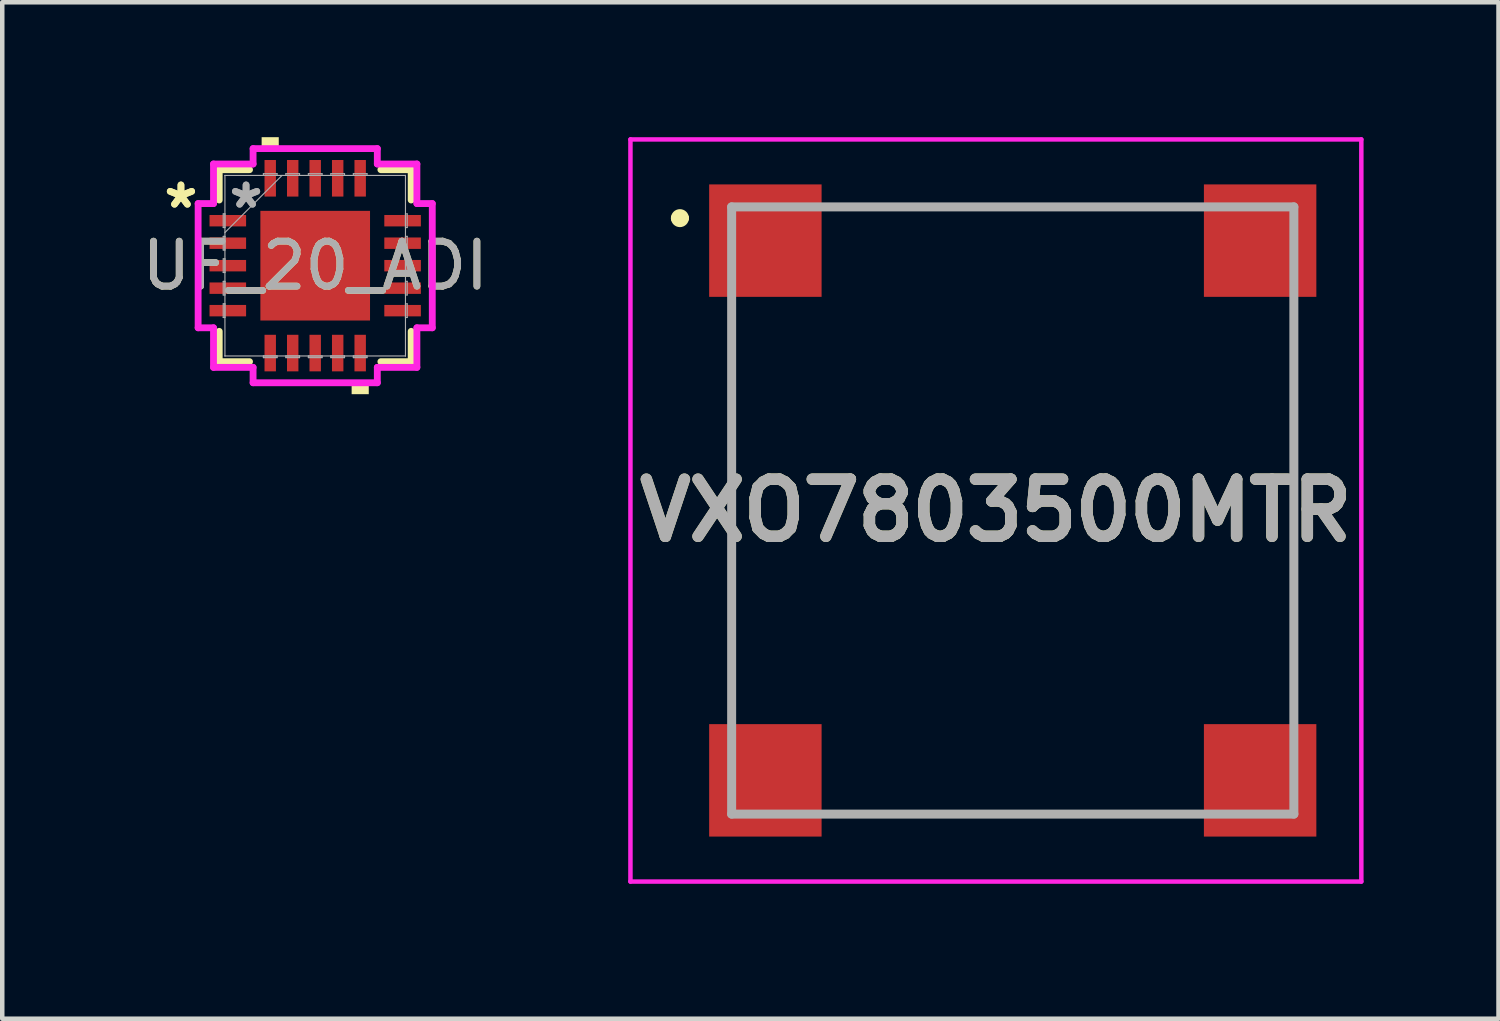
<source format=kicad_pcb>
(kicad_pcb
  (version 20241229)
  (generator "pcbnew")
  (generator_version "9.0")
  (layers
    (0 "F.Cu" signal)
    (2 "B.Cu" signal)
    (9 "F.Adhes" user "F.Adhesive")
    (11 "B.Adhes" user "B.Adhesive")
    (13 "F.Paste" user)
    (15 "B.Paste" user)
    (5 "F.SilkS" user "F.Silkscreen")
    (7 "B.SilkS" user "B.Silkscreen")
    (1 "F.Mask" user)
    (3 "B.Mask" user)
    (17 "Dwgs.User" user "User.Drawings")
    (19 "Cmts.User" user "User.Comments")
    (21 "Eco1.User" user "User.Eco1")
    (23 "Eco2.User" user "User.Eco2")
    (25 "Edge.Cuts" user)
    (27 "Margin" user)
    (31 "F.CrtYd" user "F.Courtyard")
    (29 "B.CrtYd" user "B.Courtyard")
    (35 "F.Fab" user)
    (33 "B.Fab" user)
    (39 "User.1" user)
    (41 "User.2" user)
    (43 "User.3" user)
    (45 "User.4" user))
  (footprint "UF_20_ADI"
    (layer "F.Cu")
    (at 3.958 2.857)
    (property "Reference" "UF_20_ADI" (at 0 0 0) (unlocked yes) (layer "F.SilkS") (effects (font (size 1 1) (thickness 0.15))))
    (attr smd)
    (fp_line (start -2.134 -2.134) (end -2.134 -1.46) (stroke (width 0.152) (type solid)) (layer "F.SilkS"))
    (fp_line (start -2.134 1.46) (end -2.134 2.134) (stroke (width 0.152) (type solid)) (layer "F.SilkS"))
    (fp_line (start -2.134 2.134) (end -1.46 2.134) (stroke (width 0.152) (type solid)) (layer "F.SilkS"))
    (fp_line (start -1.46 -2.134) (end -2.134 -2.134) (stroke (width 0.152) (type solid)) (layer "F.SilkS"))
    (fp_line (start 1.46 2.134) (end 2.134 2.134) (stroke (width 0.152) (type solid)) (layer "F.SilkS"))
    (fp_line (start 2.134 -2.134) (end 1.46 -2.134) (stroke (width 0.152) (type solid)) (layer "F.SilkS"))
    (fp_line (start 2.134 -1.46) (end 2.134 -2.134) (stroke (width 0.152) (type solid)) (layer "F.SilkS"))
    (fp_line (start 2.134 2.134) (end 2.134 1.46) (stroke (width 0.152) (type solid)) (layer "F.SilkS"))
    (fp_poly (pts (xy -1.191 -2.603) (xy -1.191 -2.857) (xy -0.81 -2.857) (xy -0.81 -2.603)) (stroke (width 0) (type solid)) (fill yes) (layer "F.SilkS"))
    (fp_poly (pts (xy 0.81 2.603) (xy 0.81 2.857) (xy 1.191 2.857) (xy 1.191 2.603)) (stroke (width 0) (type solid)) (fill yes) (layer "F.SilkS"))
    (fp_line (start -2.603 -1.381) (end -2.261 -1.381) (stroke (width 0.152) (type solid)) (layer "F.CrtYd"))
    (fp_line (start -2.603 1.381) (end -2.603 -1.381) (stroke (width 0.152) (type solid)) (layer "F.CrtYd"))
    (fp_line (start -2.261 -2.261) (end -1.381 -2.261) (stroke (width 0.152) (type solid)) (layer "F.CrtYd"))
    (fp_line (start -2.261 -1.381) (end -2.261 -2.261) (stroke (width 0.152) (type solid)) (layer "F.CrtYd"))
    (fp_line (start -2.261 1.381) (end -2.603 1.381) (stroke (width 0.152) (type solid)) (layer "F.CrtYd"))
    (fp_line (start -2.261 2.261) (end -2.261 1.381) (stroke (width 0.152) (type solid)) (layer "F.CrtYd"))
    (fp_line (start -1.381 -2.603) (end 1.381 -2.603) (stroke (width 0.152) (type solid)) (layer "F.CrtYd"))
    (fp_line (start -1.381 -2.261) (end -1.381 -2.603) (stroke (width 0.152) (type solid)) (layer "F.CrtYd"))
    (fp_line (start -1.381 2.261) (end -2.261 2.261) (stroke (width 0.152) (type solid)) (layer "F.CrtYd"))
    (fp_line (start -1.381 2.603) (end -1.381 2.261) (stroke (width 0.152) (type solid)) (layer "F.CrtYd"))
    (fp_line (start 1.381 -2.603) (end 1.381 -2.261) (stroke (width 0.152) (type solid)) (layer "F.CrtYd"))
    (fp_line (start 1.381 -2.261) (end 2.261 -2.261) (stroke (width 0.152) (type solid)) (layer "F.CrtYd"))
    (fp_line (start 1.381 2.261) (end 1.381 2.603) (stroke (width 0.152) (type solid)) (layer "F.CrtYd"))
    (fp_line (start 1.381 2.603) (end -1.381 2.603) (stroke (width 0.152) (type solid)) (layer "F.CrtYd"))
    (fp_line (start 2.261 -2.261) (end 2.261 -1.381) (stroke (width 0.152) (type solid)) (layer "F.CrtYd"))
    (fp_line (start 2.261 -1.381) (end 2.603 -1.381) (stroke (width 0.152) (type solid)) (layer "F.CrtYd"))
    (fp_line (start 2.261 1.381) (end 2.261 2.261) (stroke (width 0.152) (type solid)) (layer "F.CrtYd"))
    (fp_line (start 2.261 2.261) (end 1.381 2.261) (stroke (width 0.152) (type solid)) (layer "F.CrtYd"))
    (fp_line (start 2.603 -1.381) (end 2.603 1.381) (stroke (width 0.152) (type solid)) (layer "F.CrtYd"))
    (fp_line (start 2.603 1.381) (end 2.261 1.381) (stroke (width 0.152) (type solid)) (layer "F.CrtYd"))
    (fp_line (start -2.045 -1.152) (end -2.045 -0.848) (stroke (width 0.025) (type solid)) (layer "F.Fab"))
    (fp_line (start -2.045 -0.848) (end -2.007 -0.848) (stroke (width 0.025) (type solid)) (layer "F.Fab"))
    (fp_line (start -2.045 -0.652) (end -2.045 -0.348) (stroke (width 0.025) (type solid)) (layer "F.Fab"))
    (fp_line (start -2.045 -0.348) (end -2.007 -0.348) (stroke (width 0.025) (type solid)) (layer "F.Fab"))
    (fp_line (start -2.045 -0.152) (end -2.045 0.152) (stroke (width 0.025) (type solid)) (layer "F.Fab"))
    (fp_line (start -2.045 0.152) (end -2.007 0.152) (stroke (width 0.025) (type solid)) (layer "F.Fab"))
    (fp_line (start -2.045 0.348) (end -2.045 0.652) (stroke (width 0.025) (type solid)) (layer "F.Fab"))
    (fp_line (start -2.045 0.652) (end -2.007 0.652) (stroke (width 0.025) (type solid)) (layer "F.Fab"))
    (fp_line (start -2.045 0.848) (end -2.045 1.152) (stroke (width 0.025) (type solid)) (layer "F.Fab"))
    (fp_line (start -2.045 1.152) (end -2.007 1.152) (stroke (width 0.025) (type solid)) (layer "F.Fab"))
    (fp_line (start -2.007 -2.007) (end -2.007 -2.007) (stroke (width 0.025) (type solid)) (layer "F.Fab"))
    (fp_line (start -2.007 -2.007) (end -2.007 2.007) (stroke (width 0.025) (type solid)) (layer "F.Fab"))
    (fp_line (start -2.007 -1.152) (end -2.045 -1.152) (stroke (width 0.025) (type solid)) (layer "F.Fab"))
    (fp_line (start -2.007 -0.848) (end -2.007 -1.152) (stroke (width 0.025) (type solid)) (layer "F.Fab"))
    (fp_line (start -2.007 -0.737) (end -0.737 -2.007) (stroke (width 0.025) (type solid)) (layer "F.Fab"))
    (fp_line (start -2.007 -0.652) (end -2.045 -0.652) (stroke (width 0.025) (type solid)) (layer "F.Fab"))
    (fp_line (start -2.007 -0.348) (end -2.007 -0.652) (stroke (width 0.025) (type solid)) (layer "F.Fab"))
    (fp_line (start -2.007 -0.152) (end -2.045 -0.152) (stroke (width 0.025) (type solid)) (layer "F.Fab"))
    (fp_line (start -2.007 0.152) (end -2.007 -0.152) (stroke (width 0.025) (type solid)) (layer "F.Fab"))
    (fp_line (start -2.007 0.348) (end -2.045 0.348) (stroke (width 0.025) (type solid)) (layer "F.Fab"))
    (fp_line (start -2.007 0.652) (end -2.007 0.348) (stroke (width 0.025) (type solid)) (layer "F.Fab"))
    (fp_line (start -2.007 0.848) (end -2.045 0.848) (stroke (width 0.025) (type solid)) (layer "F.Fab"))
    (fp_line (start -2.007 1.152) (end -2.007 0.848) (stroke (width 0.025) (type solid)) (layer "F.Fab"))
    (fp_line (start -2.007 2.007) (end -2.007 2.007) (stroke (width 0.025) (type solid)) (layer "F.Fab"))
    (fp_line (start -2.007 2.007) (end 2.007 2.007) (stroke (width 0.025) (type solid)) (layer "F.Fab"))
    (fp_line (start -1.152 -2.045) (end -1.152 -2.007) (stroke (width 0.025) (type solid)) (layer "F.Fab"))
    (fp_line (start -1.152 -2.007) (end -0.848 -2.007) (stroke (width 0.025) (type solid)) (layer "F.Fab"))
    (fp_line (start -1.152 2.007) (end -1.152 2.045) (stroke (width 0.025) (type solid)) (layer "F.Fab"))
    (fp_line (start -1.152 2.045) (end -0.848 2.045) (stroke (width 0.025) (type solid)) (layer "F.Fab"))
    (fp_line (start -0.848 -2.045) (end -1.152 -2.045) (stroke (width 0.025) (type solid)) (layer "F.Fab"))
    (fp_line (start -0.848 -2.007) (end -0.848 -2.045) (stroke (width 0.025) (type solid)) (layer "F.Fab"))
    (fp_line (start -0.848 2.007) (end -1.152 2.007) (stroke (width 0.025) (type solid)) (layer "F.Fab"))
    (fp_line (start -0.848 2.045) (end -0.848 2.007) (stroke (width 0.025) (type solid)) (layer "F.Fab"))
    (fp_line (start -0.652 -2.045) (end -0.652 -2.007) (stroke (width 0.025) (type solid)) (layer "F.Fab"))
    (fp_line (start -0.652 -2.007) (end -0.348 -2.007) (stroke (width 0.025) (type solid)) (layer "F.Fab"))
    (fp_line (start -0.652 2.007) (end -0.652 2.045) (stroke (width 0.025) (type solid)) (layer "F.Fab"))
    (fp_line (start -0.652 2.045) (end -0.348 2.045) (stroke (width 0.025) (type solid)) (layer "F.Fab"))
    (fp_line (start -0.348 -2.045) (end -0.652 -2.045) (stroke (width 0.025) (type solid)) (layer "F.Fab"))
    (fp_line (start -0.348 -2.007) (end -0.348 -2.045) (stroke (width 0.025) (type solid)) (layer "F.Fab"))
    (fp_line (start -0.348 2.007) (end -0.652 2.007) (stroke (width 0.025) (type solid)) (layer "F.Fab"))
    (fp_line (start -0.348 2.045) (end -0.348 2.007) (stroke (width 0.025) (type solid)) (layer "F.Fab"))
    (fp_line (start -0.152 -2.045) (end -0.152 -2.007) (stroke (width 0.025) (type solid)) (layer "F.Fab"))
    (fp_line (start -0.152 -2.007) (end 0.152 -2.007) (stroke (width 0.025) (type solid)) (layer "F.Fab"))
    (fp_line (start -0.152 2.007) (end -0.152 2.045) (stroke (width 0.025) (type solid)) (layer "F.Fab"))
    (fp_line (start -0.152 2.045) (end 0.152 2.045) (stroke (width 0.025) (type solid)) (layer "F.Fab"))
    (fp_line (start 0.152 -2.045) (end -0.152 -2.045) (stroke (width 0.025) (type solid)) (layer "F.Fab"))
    (fp_line (start 0.152 -2.007) (end 0.152 -2.045) (stroke (width 0.025) (type solid)) (layer "F.Fab"))
    (fp_line (start 0.152 2.007) (end -0.152 2.007) (stroke (width 0.025) (type solid)) (layer "F.Fab"))
    (fp_line (start 0.152 2.045) (end 0.152 2.007) (stroke (width 0.025) (type solid)) (layer "F.Fab"))
    (fp_line (start 0.348 -2.045) (end 0.348 -2.007) (stroke (width 0.025) (type solid)) (layer "F.Fab"))
    (fp_line (start 0.348 -2.007) (end 0.652 -2.007) (stroke (width 0.025) (type solid)) (layer "F.Fab"))
    (fp_line (start 0.348 2.007) (end 0.348 2.045) (stroke (width 0.025) (type solid)) (layer "F.Fab"))
    (fp_line (start 0.348 2.045) (end 0.652 2.045) (stroke (width 0.025) (type solid)) (layer "F.Fab"))
    (fp_line (start 0.652 -2.045) (end 0.348 -2.045) (stroke (width 0.025) (type solid)) (layer "F.Fab"))
    (fp_line (start 0.652 -2.007) (end 0.652 -2.045) (stroke (width 0.025) (type solid)) (layer "F.Fab"))
    (fp_line (start 0.652 2.007) (end 0.348 2.007) (stroke (width 0.025) (type solid)) (layer "F.Fab"))
    (fp_line (start 0.652 2.045) (end 0.652 2.007) (stroke (width 0.025) (type solid)) (layer "F.Fab"))
    (fp_line (start 0.848 -2.045) (end 0.848 -2.007) (stroke (width 0.025) (type solid)) (layer "F.Fab"))
    (fp_line (start 0.848 -2.007) (end 1.152 -2.007) (stroke (width 0.025) (type solid)) (layer "F.Fab"))
    (fp_line (start 0.848 2.007) (end 0.848 2.045) (stroke (width 0.025) (type solid)) (layer "F.Fab"))
    (fp_line (start 0.848 2.045) (end 1.152 2.045) (stroke (width 0.025) (type solid)) (layer "F.Fab"))
    (fp_line (start 1.152 -2.045) (end 0.848 -2.045) (stroke (width 0.025) (type solid)) (layer "F.Fab"))
    (fp_line (start 1.152 -2.007) (end 1.152 -2.045) (stroke (width 0.025) (type solid)) (layer "F.Fab"))
    (fp_line (start 1.152 2.007) (end 0.848 2.007) (stroke (width 0.025) (type solid)) (layer "F.Fab"))
    (fp_line (start 1.152 2.045) (end 1.152 2.007) (stroke (width 0.025) (type solid)) (layer "F.Fab"))
    (fp_line (start 2.007 -2.007) (end -2.007 -2.007) (stroke (width 0.025) (type solid)) (layer "F.Fab"))
    (fp_line (start 2.007 -2.007) (end 2.007 -2.007) (stroke (width 0.025) (type solid)) (layer "F.Fab"))
    (fp_line (start 2.007 -1.152) (end 2.007 -0.848) (stroke (width 0.025) (type solid)) (layer "F.Fab"))
    (fp_line (start 2.007 -0.848) (end 2.045 -0.848) (stroke (width 0.025) (type solid)) (layer "F.Fab"))
    (fp_line (start 2.007 -0.652) (end 2.007 -0.348) (stroke (width 0.025) (type solid)) (layer "F.Fab"))
    (fp_line (start 2.007 -0.348) (end 2.045 -0.348) (stroke (width 0.025) (type solid)) (layer "F.Fab"))
    (fp_line (start 2.007 -0.152) (end 2.007 0.152) (stroke (width 0.025) (type solid)) (layer "F.Fab"))
    (fp_line (start 2.007 0.152) (end 2.045 0.152) (stroke (width 0.025) (type solid)) (layer "F.Fab"))
    (fp_line (start 2.007 0.348) (end 2.007 0.652) (stroke (width 0.025) (type solid)) (layer "F.Fab"))
    (fp_line (start 2.007 0.652) (end 2.045 0.652) (stroke (width 0.025) (type solid)) (layer "F.Fab"))
    (fp_line (start 2.007 0.848) (end 2.007 1.152) (stroke (width 0.025) (type solid)) (layer "F.Fab"))
    (fp_line (start 2.007 1.152) (end 2.045 1.152) (stroke (width 0.025) (type solid)) (layer "F.Fab"))
    (fp_line (start 2.007 2.007) (end 2.007 -2.007) (stroke (width 0.025) (type solid)) (layer "F.Fab"))
    (fp_line (start 2.007 2.007) (end 2.007 2.007) (stroke (width 0.025) (type solid)) (layer "F.Fab"))
    (fp_line (start 2.045 -1.152) (end 2.007 -1.152) (stroke (width 0.025) (type solid)) (layer "F.Fab"))
    (fp_line (start 2.045 -0.848) (end 2.045 -1.152) (stroke (width 0.025) (type solid)) (layer "F.Fab"))
    (fp_line (start 2.045 -0.652) (end 2.007 -0.652) (stroke (width 0.025) (type solid)) (layer "F.Fab"))
    (fp_line (start 2.045 -0.348) (end 2.045 -0.652) (stroke (width 0.025) (type solid)) (layer "F.Fab"))
    (fp_line (start 2.045 -0.152) (end 2.007 -0.152) (stroke (width 0.025) (type solid)) (layer "F.Fab"))
    (fp_line (start 2.045 0.152) (end 2.045 -0.152) (stroke (width 0.025) (type solid)) (layer "F.Fab"))
    (fp_line (start 2.045 0.348) (end 2.007 0.348) (stroke (width 0.025) (type solid)) (layer "F.Fab"))
    (fp_line (start 2.045 0.652) (end 2.045 0.348) (stroke (width 0.025) (type solid)) (layer "F.Fab"))
    (fp_line (start 2.045 0.848) (end 2.007 0.848) (stroke (width 0.025) (type solid)) (layer "F.Fab"))
    (fp_line (start 2.045 1.152) (end 2.045 0.848) (stroke (width 0.025) (type solid)) (layer "F.Fab"))
    (fp_text user "*" (at -2.985 -1.25 0) (unlocked yes) (layer "F.SilkS") (effects (font (size 1 1) (thickness 0.15))))
    (fp_text user "*" (at -2.985 -1.25 0) (layer "F.SilkS") (effects (font (size 1 1) (thickness 0.15))))
    (fp_text user "*" (at -1.537 -1.25 0) (layer "F.Fab") (effects (font (size 1 1) (thickness 0.15))))
    (fp_text user "*" (at -1.537 -1.25 0) (unlocked yes) (layer "F.Fab") (effects (font (size 1 1) (thickness 0.15))))
    (fp_text user "${REFERENCE}" (at 0 0 0) (unlocked yes) (layer "F.Fab") (effects (font (size 1 1) (thickness 0.15))))
    (pad "1" smd rect (at -1.943 -1 90) (size 0.254 0.813) (layers "F.Cu" "F.Mask" "F.Paste"))
    (pad "2" smd rect (at -1.943 -0.5 90) (size 0.254 0.813) (layers "F.Cu" "F.Mask" "F.Paste"))
    (pad "3" smd rect (at -1.943 0 90) (size 0.254 0.813) (layers "F.Cu" "F.Mask" "F.Paste"))
    (pad "4" smd rect (at -1.943 0.5 90) (size 0.254 0.813) (layers "F.Cu" "F.Mask" "F.Paste"))
    (pad "5" smd rect (at -1.943 1 90) (size 0.254 0.813) (layers "F.Cu" "F.Mask" "F.Paste"))
    (pad "6" smd rect (at -1 1.943) (size 0.254 0.813) (layers "F.Cu" "F.Mask" "F.Paste"))
    (pad "7" smd rect (at -0.5 1.943) (size 0.254 0.813) (layers "F.Cu" "F.Mask" "F.Paste"))
    (pad "8" smd rect (at 0 1.943) (size 0.254 0.813) (layers "F.Cu" "F.Mask" "F.Paste"))
    (pad "9" smd rect (at 0.5 1.943) (size 0.254 0.813) (layers "F.Cu" "F.Mask" "F.Paste"))
    (pad "10" smd rect (at 1 1.943) (size 0.254 0.813) (layers "F.Cu" "F.Mask" "F.Paste"))
    (pad "11" smd rect (at 1.943 1 90) (size 0.254 0.813) (layers "F.Cu" "F.Mask" "F.Paste"))
    (pad "12" smd rect (at 1.943 0.5 90) (size 0.254 0.813) (layers "F.Cu" "F.Mask" "F.Paste"))
    (pad "13" smd rect (at 1.943 0 90) (size 0.254 0.813) (layers "F.Cu" "F.Mask" "F.Paste"))
    (pad "14" smd rect (at 1.943 -0.5 90) (size 0.254 0.813) (layers "F.Cu" "F.Mask" "F.Paste"))
    (pad "15" smd rect (at 1.943 -1 90) (size 0.254 0.813) (layers "F.Cu" "F.Mask" "F.Paste"))
    (pad "16" smd rect (at 1 -1.943) (size 0.254 0.813) (layers "F.Cu" "F.Mask" "F.Paste"))
    (pad "17" smd rect (at 0.5 -1.943) (size 0.254 0.813) (layers "F.Cu" "F.Mask" "F.Paste"))
    (pad "18" smd rect (at 0 -1.943) (size 0.254 0.813) (layers "F.Cu" "F.Mask" "F.Paste"))
    (pad "19" smd rect (at -0.5 -1.943) (size 0.254 0.813) (layers "F.Cu" "F.Mask" "F.Paste"))
    (pad "20" smd rect (at -1 -1.943) (size 0.254 0.813) (layers "F.Cu" "F.Mask" "F.Paste"))
    (pad "21" smd rect (at 0 0) (size 2.438 2.438) (layers "F.Cu" "F.Mask" "F.Paste")))
  (footprint "VXO7803500MTR"
    (layer "F.Cu")
    (at 19.467 8.3)
    (property "Reference" "VXO7803500MTR" (at -0.375 0 0) (layer "F.SilkS") (effects (font (size 1.27 1.27) (thickness 0.254))))
    (attr smd)
    (fp_line (start -7.5 -6.5) (end -7.5 -6.5) (stroke (width 0.2) (type solid)) (layer "F.SilkS"))
    (fp_line (start -7.3 -6.5) (end -7.3 -6.5) (stroke (width 0.2) (type solid)) (layer "F.SilkS"))
    (fp_line (start -6.25 -4.5) (end -6.25 4.5) (stroke (width 0.1) (type solid)) (layer "F.SilkS"))
    (fp_line (start -4 -6.75) (end 4 -6.75) (stroke (width 0.1) (type solid)) (layer "F.SilkS"))
    (fp_line (start -4 6.75) (end 4 6.75) (stroke (width 0.1) (type solid)) (layer "F.SilkS"))
    (fp_line (start 6.25 -4.5) (end 6.25 4.5) (stroke (width 0.1) (type solid)) (layer "F.SilkS"))
    (fp_arc (start -7.5 -6.5) (mid -7.4 -6.6) (end -7.3 -6.5) (stroke (width 0.2) (type solid)) (layer "F.SilkS"))
    (fp_arc (start -7.3 -6.5) (mid -7.4 -6.4) (end -7.5 -6.5) (stroke (width 0.2) (type solid)) (layer "F.SilkS"))
    (fp_line (start -8.5 -8.25) (end 7.75 -8.25) (stroke (width 0.1) (type solid)) (layer "F.CrtYd"))
    (fp_line (start -8.5 8.25) (end -8.5 -8.25) (stroke (width 0.1) (type solid)) (layer "F.CrtYd"))
    (fp_line (start 7.75 -8.25) (end 7.75 8.25) (stroke (width 0.1) (type solid)) (layer "F.CrtYd"))
    (fp_line (start 7.75 8.25) (end -8.5 8.25) (stroke (width 0.1) (type solid)) (layer "F.CrtYd"))
    (fp_line (start -6.25 -6.75) (end 6.25 -6.75) (stroke (width 0.2) (type solid)) (layer "F.Fab"))
    (fp_line (start -6.25 6.75) (end -6.25 -6.75) (stroke (width 0.2) (type solid)) (layer "F.Fab"))
    (fp_line (start 6.25 -6.75) (end 6.25 6.75) (stroke (width 0.2) (type solid)) (layer "F.Fab"))
    (fp_line (start 6.25 6.75) (end -6.25 6.75) (stroke (width 0.2) (type solid)) (layer "F.Fab"))
    (fp_text user "${REFERENCE}" (at -0.375 0 0) (layer "F.Fab") (effects (font (size 1.27 1.27) (thickness 0.254))))
    (pad "1" smd rect (at -5.5 -6 90) (size 2.5 2.5) (layers "F.Cu" "F.Mask" "F.Paste"))
    (pad "2" smd rect (at 5.5 -6 90) (size 2.5 2.5) (layers "F.Cu" "F.Mask" "F.Paste"))
    (pad "3" smd rect (at 5.5 6 90) (size 2.5 2.5) (layers "F.Cu" "F.Mask" "F.Paste"))
    (pad "4" smd rect (at -5.5 6 90) (size 2.5 2.5) (layers "F.Cu" "F.Mask" "F.Paste")))
  (gr_rect
    (start -3 -3)
    (end 30.267 19.6)
    (stroke (width 0.1) (type default))
    (fill no)
    (layer "Edge.Cuts")))
</source>
